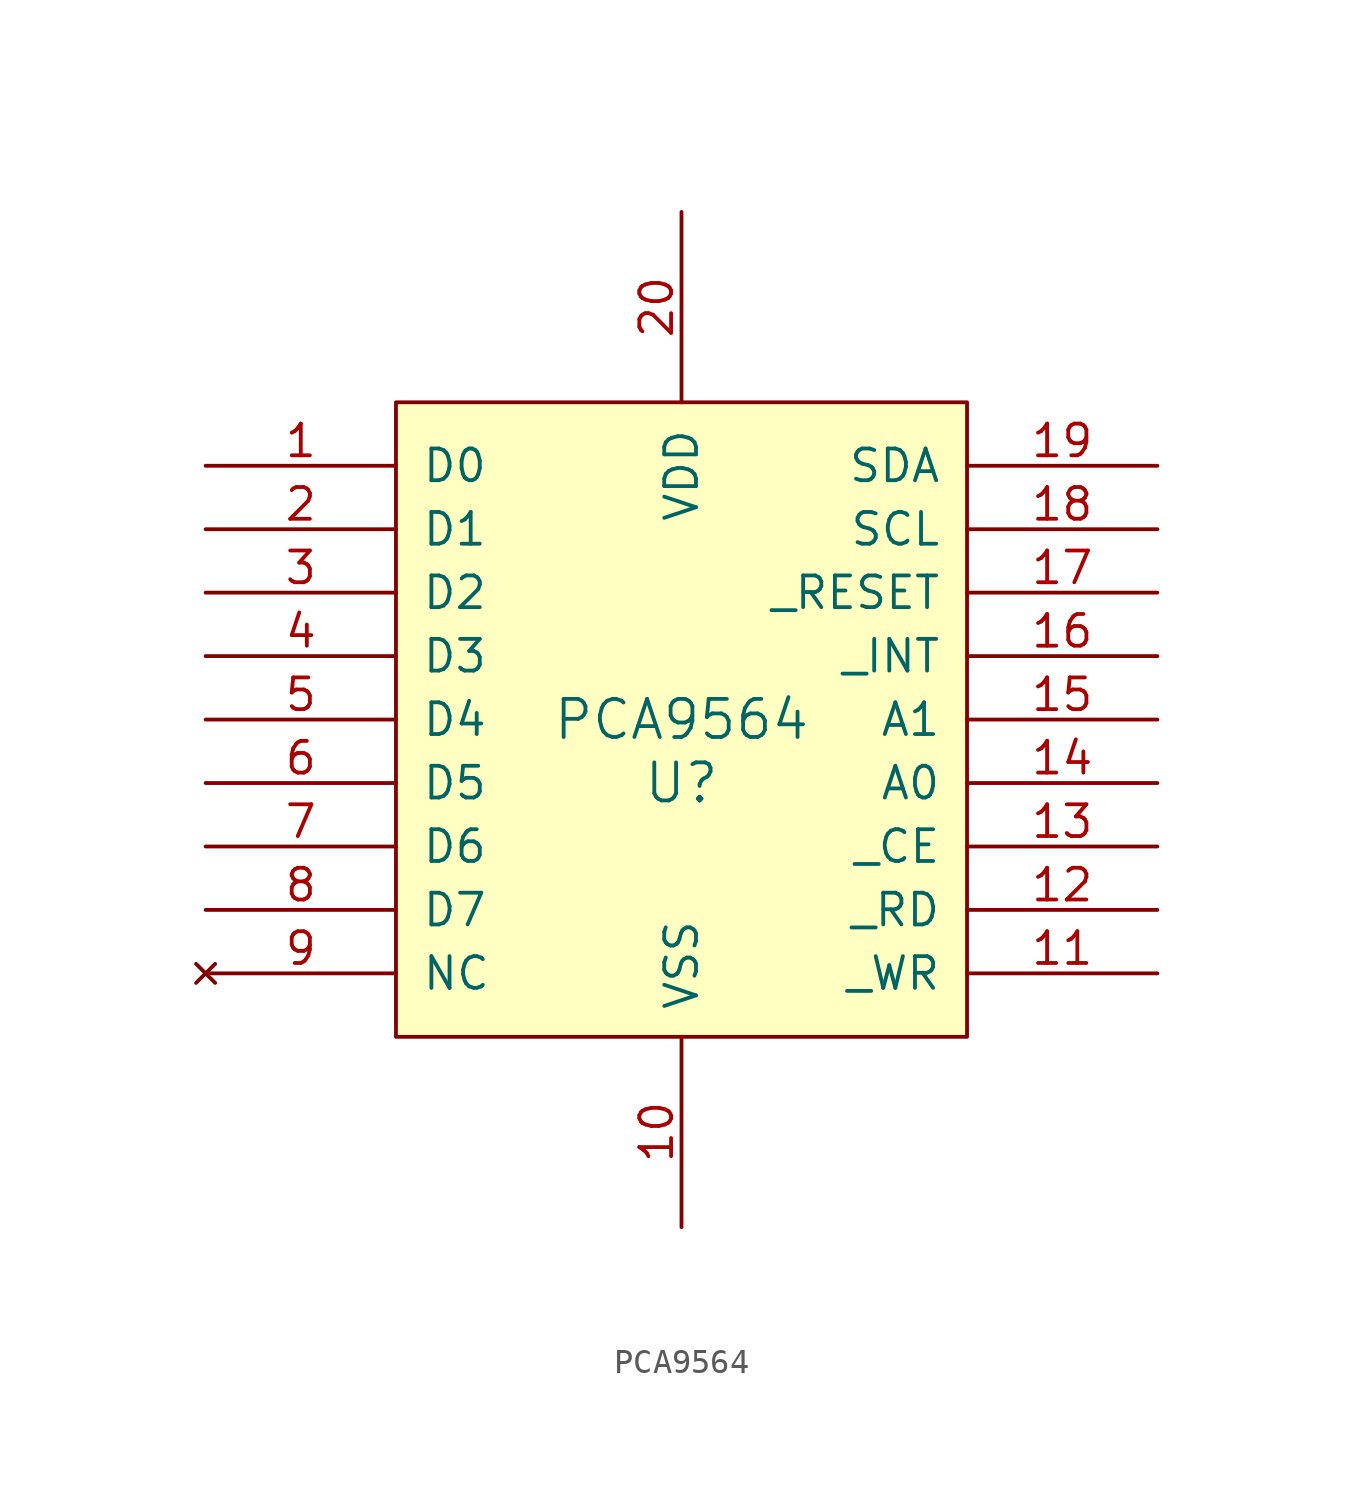
<source format=kicad_sym>
(kicad_symbol_lib
  (version 20211014)
  (generator kicad_symbol_editor)
  (symbol "PCA9564"
    (pin_names
      (offset 1.016))
    (property "Reference" "U"
      (at 0 -2.54 0)
      (effects (font (size 1.524 1.524))))
    (property "Value" "PCA9564"
      (at 0 0 0)
      (effects (font (size 1.524 1.524))))
    (property "Footprint" ""
      (at 0 0 0)
      (effects (font (size 1.524 1.524))))
    (property "Datasheet" ""
      (at 0 0 0)
      (effects (font (size 1.524 1.524))))
    (symbol "PCA9564_0_1"
      (rectangle (start -11.43 12.7) (end 11.43 -12.7) (stroke (width 0) (type default) (color 0 0 0 0)) (fill (type background))))
    (symbol "PCA9564_1_1"
      (pin bidirectional line (at -19.05 10.16 0) (length 7.62) (name "D0" (effects (font (size 1.27 1.27)))) (number "1" (effects (font (size 1.27 1.27)))))
      (pin passive line (at 0 -20.32 90) (length 7.62) (name "VSS" (effects (font (size 1.27 1.27)))) (number "10" (effects (font (size 1.27 1.27)))))
      (pin passive line (at 19.05 -10.16 180) (length 7.62) (name "_WR" (effects (font (size 1.27 1.27)))) (number "11" (effects (font (size 1.27 1.27)))))
      (pin passive line (at 19.05 -7.62 180) (length 7.62) (name "_RD" (effects (font (size 1.27 1.27)))) (number "12" (effects (font (size 1.27 1.27)))))
      (pin passive line (at 19.05 -5.08 180) (length 7.62) (name "_CE" (effects (font (size 1.27 1.27)))) (number "13" (effects (font (size 1.27 1.27)))))
      (pin passive line (at 19.05 -2.54 180) (length 7.62) (name "A0" (effects (font (size 1.27 1.27)))) (number "14" (effects (font (size 1.27 1.27)))))
      (pin passive line (at 19.05 0 180) (length 7.62) (name "A1" (effects (font (size 1.27 1.27)))) (number "15" (effects (font (size 1.27 1.27)))))
      (pin passive line (at 19.05 2.54 180) (length 7.62) (name "_INT" (effects (font (size 1.27 1.27)))) (number "16" (effects (font (size 1.27 1.27)))))
      (pin passive line (at 19.05 5.08 180) (length 7.62) (name "_RESET" (effects (font (size 1.27 1.27)))) (number "17" (effects (font (size 1.27 1.27)))))
      (pin bidirectional line (at 19.05 7.62 180) (length 7.62) (name "SCL" (effects (font (size 1.27 1.27)))) (number "18" (effects (font (size 1.27 1.27)))))
      (pin bidirectional line (at 19.05 10.16 180) (length 7.62) (name "SDA" (effects (font (size 1.27 1.27)))) (number "19" (effects (font (size 1.27 1.27)))))
      (pin bidirectional line (at -19.05 7.62 0) (length 7.62) (name "D1" (effects (font (size 1.27 1.27)))) (number "2" (effects (font (size 1.27 1.27)))))
      (pin passive line (at 0 20.32 270) (length 7.62) (name "VDD" (effects (font (size 1.27 1.27)))) (number "20" (effects (font (size 1.27 1.27)))))
      (pin bidirectional line (at -19.05 5.08 0) (length 7.62) (name "D2" (effects (font (size 1.27 1.27)))) (number "3" (effects (font (size 1.27 1.27)))))
      (pin bidirectional line (at -19.05 2.54 0) (length 7.62) (name "D3" (effects (font (size 1.27 1.27)))) (number "4" (effects (font (size 1.27 1.27)))))
      (pin bidirectional line (at -19.05 0 0) (length 7.62) (name "D4" (effects (font (size 1.27 1.27)))) (number "5" (effects (font (size 1.27 1.27)))))
      (pin bidirectional line (at -19.05 -2.54 0) (length 7.62) (name "D5" (effects (font (size 1.27 1.27)))) (number "6" (effects (font (size 1.27 1.27)))))
      (pin bidirectional line (at -19.05 -5.08 0) (length 7.62) (name "D6" (effects (font (size 1.27 1.27)))) (number "7" (effects (font (size 1.27 1.27)))))
      (pin bidirectional line (at -19.05 -7.62 0) (length 7.62) (name "D7" (effects (font (size 1.27 1.27)))) (number "8" (effects (font (size 1.27 1.27)))))
      (pin no_connect line (at -19.05 -10.16 0) (length 7.62) (name "NC" (effects (font (size 1.27 1.27)))) (number "9" (effects (font (size 1.27 1.27))))))))
</source>
